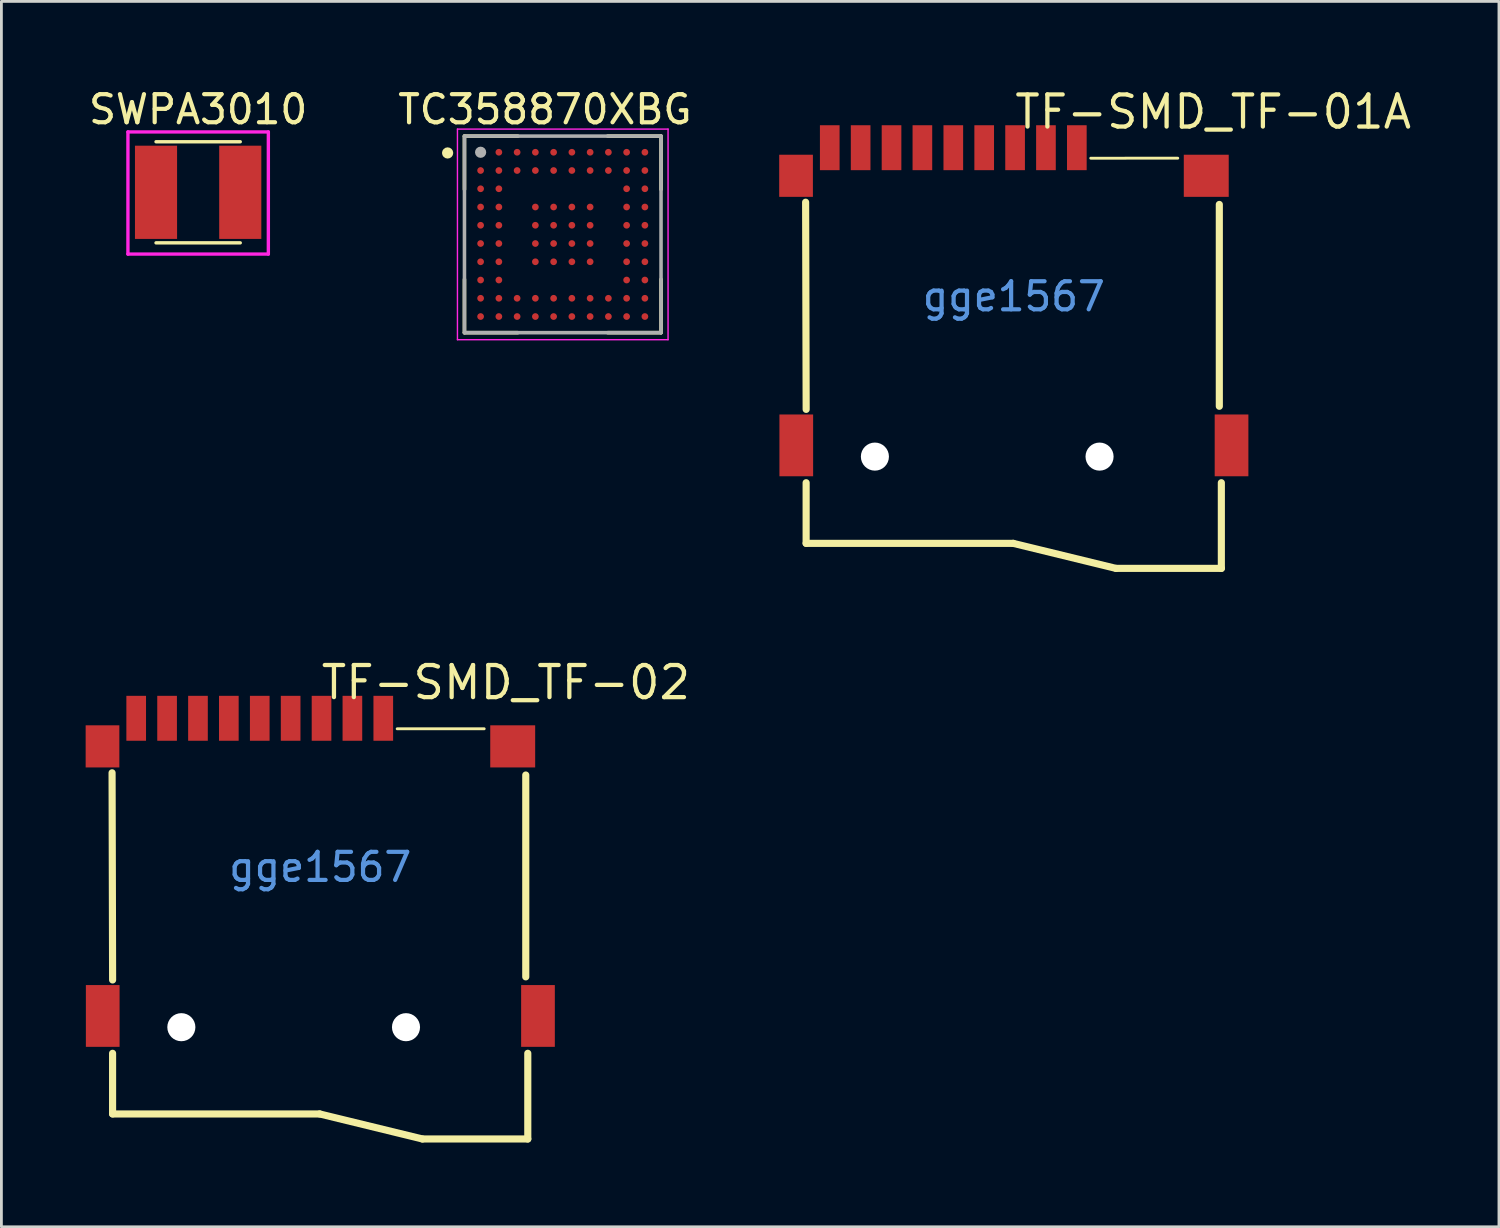
<source format=kicad_pcb>
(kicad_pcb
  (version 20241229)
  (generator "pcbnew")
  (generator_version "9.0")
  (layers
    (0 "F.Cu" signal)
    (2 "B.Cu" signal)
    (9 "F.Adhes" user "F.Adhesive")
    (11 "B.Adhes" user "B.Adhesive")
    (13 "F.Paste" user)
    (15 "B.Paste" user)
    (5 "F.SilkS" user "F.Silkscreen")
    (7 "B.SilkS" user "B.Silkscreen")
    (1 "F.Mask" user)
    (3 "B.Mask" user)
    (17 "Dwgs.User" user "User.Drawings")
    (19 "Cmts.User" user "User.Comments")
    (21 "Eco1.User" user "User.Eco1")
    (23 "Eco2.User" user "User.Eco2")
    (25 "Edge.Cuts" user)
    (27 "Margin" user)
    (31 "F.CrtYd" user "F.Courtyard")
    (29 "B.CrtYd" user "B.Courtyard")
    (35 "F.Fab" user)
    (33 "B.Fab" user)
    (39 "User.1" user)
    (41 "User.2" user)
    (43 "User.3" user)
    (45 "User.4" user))
  (footprint "SWPA3010"
    (layer "F.Cu")
    (at 4.006 3.798)
    (property "Reference" "SWPA3010" (at 0 -2.95 0) (layer "F.SilkS") (effects (font (size 1 1) (thickness 0.15))))
    (attr through_hole)
    (fp_line (start -1.5 -1.8) (end 1.5 -1.8) (stroke (width 0.12) (type solid)) (layer "F.SilkS"))
    (fp_line (start -1.5 1.8) (end 1.5 1.8) (stroke (width 0.12) (type solid)) (layer "F.SilkS"))
    (fp_line (start -2.5 -2.15) (end -2.5 2.2) (stroke (width 0.12) (type solid)) (layer "F.CrtYd"))
    (fp_line (start 2.5 -2.15) (end -2.5 -2.15) (stroke (width 0.12) (type solid)) (layer "F.CrtYd"))
    (fp_line (start 2.5 -2.15) (end 2.5 2.2) (stroke (width 0.12) (type solid)) (layer "F.CrtYd"))
    (fp_line (start 2.5 2.2) (end -2.5 2.2) (stroke (width 0.12) (type solid)) (layer "F.CrtYd"))
    (pad "1" smd rect (at -1.5 0) (size 1.5 3.32) (layers "F.Cu" "F.Mask" "F.Paste"))
    (pad "2" smd rect (at 1.5 0) (size 1.5 3.32) (layers "F.Cu" "F.Mask" "F.Paste")))
  (footprint "TF-SMD_TF-01A"
    (layer "F.Cu")
    (at 33.052 7.51)
    (property "Reference" "TF-SMD_TF-01A" (at -0.047 -6.575 0) (layer "F.SilkS") (effects (font (size 1.143 1.143) (thickness 0.152)) (justify left)))
    (attr smd)
    (fp_line (start -7.413 -3.359) (end -7.394 4.018) (stroke (width 0.254) (type solid)) (layer "F.SilkS"))
    (fp_line (start -7.395 6.63) (end -7.395 8.789) (stroke (width 0.254) (type solid)) (layer "F.SilkS"))
    (fp_line (start -7.395 8.789) (end -0.021 8.789) (stroke (width 0.254) (type solid)) (layer "F.SilkS"))
    (fp_line (start -0.021 8.789) (end 3.639 9.681) (stroke (width 0.254) (type solid)) (layer "F.SilkS"))
    (fp_line (start 2.74 -4.926) (end 5.839 -4.927) (stroke (width 0.102) (type solid)) (layer "F.SilkS"))
    (fp_line (start 3.639 9.681) (end 7.391 9.681) (stroke (width 0.254) (type solid)) (layer "F.SilkS"))
    (fp_line (start 7.319 3.908) (end 7.319 -3.28) (stroke (width 0.254) (type solid)) (layer "F.SilkS"))
    (fp_line (start 7.391 9.681) (end 7.391 6.63) (stroke (width 0.254) (type solid)) (layer "F.SilkS"))
    (fp_circle (center -4.946 5.7) (end -4.746 5.7) (stroke (width 0.4) (type solid)) (fill no) (layer "Cmts.User"))
    (fp_circle (center 3.054 5.7) (end 3.254 5.7) (stroke (width 0.4) (type solid)) (fill no) (layer "Cmts.User"))
    (fp_text user "gge1567" (at 0 0 0) (layer "Cmts.User") (effects (font (size 1 1) (thickness 0.15))))
    (pad "" np_thru_hole circle (at -4.946 5.7) (size 1 1) (drill 1) (layers "*.Cu" "*.Mask"))
    (pad "" np_thru_hole circle (at 3.054 5.7) (size 1 1) (drill 1) (layers "*.Cu" "*.Mask"))
    (pad "1" smd rect (at 2.245 -5.3) (size 0.7 1.6) (layers "F.Cu" "F.Mask" "F.Paste"))
    (pad "2" smd rect (at 1.145 -5.3) (size 0.7 1.6) (layers "F.Cu" "F.Mask" "F.Paste"))
    (pad "3" smd rect (at 0.046 -5.3) (size 0.7 1.6) (layers "F.Cu" "F.Mask" "F.Paste"))
    (pad "4" smd rect (at -1.054 -5.3) (size 0.7 1.6) (layers "F.Cu" "F.Mask" "F.Paste"))
    (pad "5" smd rect (at -2.154 -5.3) (size 0.7 1.6) (layers "F.Cu" "F.Mask" "F.Paste"))
    (pad "6" smd rect (at -3.255 -5.3) (size 0.7 1.6) (layers "F.Cu" "F.Mask" "F.Paste"))
    (pad "7" smd rect (at -4.354 -5.3) (size 0.7 1.6) (layers "F.Cu" "F.Mask" "F.Paste"))
    (pad "8" smd rect (at -5.454 -5.3) (size 0.7 1.6) (layers "F.Cu" "F.Mask" "F.Paste"))
    (pad "9" smd rect (at -6.554 -5.3) (size 0.7 1.6) (layers "F.Cu" "F.Mask" "F.Paste"))
    (pad "10" smd rect (at -7.754 -4.3) (size 1.2 1.5) (layers "F.Cu" "F.Mask" "F.Paste"))
    (pad "11" smd rect (at -7.746 5.3) (size 1.2 2.2) (layers "F.Cu" "F.Mask" "F.Paste"))
    (pad "12" smd rect (at 7.754 5.3) (size 1.2 2.2) (layers "F.Cu" "F.Mask" "F.Paste"))
    (pad "13" smd rect (at 6.854 -4.3) (size 1.6 1.5) (layers "F.Cu" "F.Mask" "F.Paste")))
  (footprint "TC358870XBG"
    (layer "F.Cu")
    (at 16.99 5.297)
    (property "Reference" "TC358870XBG" (at -0.635 -4.448 0) (layer "F.SilkS") (effects (font (size 1.001 1.001) (thickness 0.15))))
    (attr smd)
    (fp_line (start -3.5 -3.5) (end -3.5 -1.6) (stroke (width 0.127) (type solid)) (layer "F.SilkS"))
    (fp_line (start -3.5 1.6) (end -3.5 3.5) (stroke (width 0.127) (type solid)) (layer "F.SilkS"))
    (fp_line (start -3.5 3.5) (end -1.6 3.5) (stroke (width 0.127) (type solid)) (layer "F.SilkS"))
    (fp_line (start -1.6 -3.5) (end -3.5 -3.5) (stroke (width 0.127) (type solid)) (layer "F.SilkS"))
    (fp_line (start 1.6 -3.5) (end 3.5 -3.5) (stroke (width 0.127) (type solid)) (layer "F.SilkS"))
    (fp_line (start 1.6 3.5) (end 3.5 3.5) (stroke (width 0.127) (type solid)) (layer "F.SilkS"))
    (fp_line (start 3.5 -3.5) (end 3.5 -1.6) (stroke (width 0.127) (type solid)) (layer "F.SilkS"))
    (fp_line (start 3.5 3.5) (end 3.5 1.6) (stroke (width 0.127) (type solid)) (layer "F.SilkS"))
    (fp_circle (center -4.1 -2.9) (end -4 -2.9) (stroke (width 0.2) (type solid)) (fill no) (layer "F.SilkS"))
    (fp_line (start -3.75 -3.75) (end 3.75 -3.75) (stroke (width 0.05) (type solid)) (layer "F.CrtYd"))
    (fp_line (start -3.75 3.75) (end -3.75 -3.75) (stroke (width 0.05) (type solid)) (layer "F.CrtYd"))
    (fp_line (start 3.75 -3.75) (end 3.75 3.75) (stroke (width 0.05) (type solid)) (layer "F.CrtYd"))
    (fp_line (start 3.75 3.75) (end -3.75 3.75) (stroke (width 0.05) (type solid)) (layer "F.CrtYd"))
    (fp_line (start -3.5 -3.5) (end 3.5 -3.5) (stroke (width 0.127) (type solid)) (layer "F.Fab"))
    (fp_line (start -3.5 3.5) (end -3.5 -3.5) (stroke (width 0.127) (type solid)) (layer "F.Fab"))
    (fp_line (start 3.5 -3.5) (end 3.5 3.5) (stroke (width 0.127) (type solid)) (layer "F.Fab"))
    (fp_line (start 3.5 3.5) (end -3.5 3.5) (stroke (width 0.127) (type solid)) (layer "F.Fab"))
    (fp_circle (center -2.925 -2.925) (end -2.825 -2.925) (stroke (width 0.2) (type solid)) (fill no) (layer "F.Fab"))
    (pad "A1" smd circle (at -2.925 -2.925) (size 0.24 0.24) (layers "F.Cu" "F.Mask" "F.Paste"))
    (pad "A2" smd circle (at -2.275 -2.925) (size 0.24 0.24) (layers "F.Cu" "F.Mask" "F.Paste"))
    (pad "A3" smd circle (at -1.625 -2.925) (size 0.24 0.24) (layers "F.Cu" "F.Mask" "F.Paste"))
    (pad "A4" smd circle (at -0.975 -2.925) (size 0.24 0.24) (layers "F.Cu" "F.Mask" "F.Paste"))
    (pad "A5" smd circle (at -0.325 -2.925) (size 0.24 0.24) (layers "F.Cu" "F.Mask" "F.Paste"))
    (pad "A6" smd circle (at 0.325 -2.925) (size 0.24 0.24) (layers "F.Cu" "F.Mask" "F.Paste"))
    (pad "A7" smd circle (at 0.975 -2.925) (size 0.24 0.24) (layers "F.Cu" "F.Mask" "F.Paste"))
    (pad "A8" smd circle (at 1.625 -2.925) (size 0.24 0.24) (layers "F.Cu" "F.Mask" "F.Paste"))
    (pad "A9" smd circle (at 2.275 -2.925) (size 0.24 0.24) (layers "F.Cu" "F.Mask" "F.Paste"))
    (pad "A10" smd circle (at 2.925 -2.925) (size 0.24 0.24) (layers "F.Cu" "F.Mask" "F.Paste"))
    (pad "B1" smd circle (at -2.925 -2.275) (size 0.24 0.24) (layers "F.Cu" "F.Mask" "F.Paste"))
    (pad "B2" smd circle (at -2.275 -2.275) (size 0.24 0.24) (layers "F.Cu" "F.Mask" "F.Paste"))
    (pad "B3" smd circle (at -1.625 -2.275) (size 0.24 0.24) (layers "F.Cu" "F.Mask" "F.Paste"))
    (pad "B4" smd circle (at -0.975 -2.275) (size 0.24 0.24) (layers "F.Cu" "F.Mask" "F.Paste"))
    (pad "B5" smd circle (at -0.325 -2.275) (size 0.24 0.24) (layers "F.Cu" "F.Mask" "F.Paste"))
    (pad "B6" smd circle (at 0.325 -2.275) (size 0.24 0.24) (layers "F.Cu" "F.Mask" "F.Paste"))
    (pad "B7" smd circle (at 0.975 -2.275) (size 0.24 0.24) (layers "F.Cu" "F.Mask" "F.Paste"))
    (pad "B8" smd circle (at 1.625 -2.275) (size 0.24 0.24) (layers "F.Cu" "F.Mask" "F.Paste"))
    (pad "B9" smd circle (at 2.275 -2.275) (size 0.24 0.24) (layers "F.Cu" "F.Mask" "F.Paste"))
    (pad "B10" smd circle (at 2.925 -2.275) (size 0.24 0.24) (layers "F.Cu" "F.Mask" "F.Paste"))
    (pad "C1" smd circle (at -2.925 -1.625) (size 0.24 0.24) (layers "F.Cu" "F.Mask" "F.Paste"))
    (pad "C2" smd circle (at -2.275 -1.625) (size 0.24 0.24) (layers "F.Cu" "F.Mask" "F.Paste"))
    (pad "C9" smd circle (at 2.275 -1.625) (size 0.24 0.24) (layers "F.Cu" "F.Mask" "F.Paste"))
    (pad "C10" smd circle (at 2.925 -1.625) (size 0.24 0.24) (layers "F.Cu" "F.Mask" "F.Paste"))
    (pad "D1" smd circle (at -2.925 -0.975) (size 0.24 0.24) (layers "F.Cu" "F.Mask" "F.Paste"))
    (pad "D2" smd circle (at -2.275 -0.975) (size 0.24 0.24) (layers "F.Cu" "F.Mask" "F.Paste"))
    (pad "D4" smd circle (at -0.975 -0.975) (size 0.24 0.24) (layers "F.Cu" "F.Mask" "F.Paste"))
    (pad "D5" smd circle (at -0.325 -0.975) (size 0.24 0.24) (layers "F.Cu" "F.Mask" "F.Paste"))
    (pad "D6" smd circle (at 0.325 -0.975) (size 0.24 0.24) (layers "F.Cu" "F.Mask" "F.Paste"))
    (pad "D7" smd circle (at 0.975 -0.975) (size 0.24 0.24) (layers "F.Cu" "F.Mask" "F.Paste"))
    (pad "D9" smd circle (at 2.275 -0.975) (size 0.24 0.24) (layers "F.Cu" "F.Mask" "F.Paste"))
    (pad "D10" smd circle (at 2.925 -0.975) (size 0.24 0.24) (layers "F.Cu" "F.Mask" "F.Paste"))
    (pad "E1" smd circle (at -2.925 -0.325) (size 0.24 0.24) (layers "F.Cu" "F.Mask" "F.Paste"))
    (pad "E2" smd circle (at -2.275 -0.325) (size 0.24 0.24) (layers "F.Cu" "F.Mask" "F.Paste"))
    (pad "E4" smd circle (at -0.975 -0.325) (size 0.24 0.24) (layers "F.Cu" "F.Mask" "F.Paste"))
    (pad "E5" smd circle (at -0.325 -0.325) (size 0.24 0.24) (layers "F.Cu" "F.Mask" "F.Paste"))
    (pad "E6" smd circle (at 0.325 -0.325) (size 0.24 0.24) (layers "F.Cu" "F.Mask" "F.Paste"))
    (pad "E7" smd circle (at 0.975 -0.325) (size 0.24 0.24) (layers "F.Cu" "F.Mask" "F.Paste"))
    (pad "E9" smd circle (at 2.275 -0.325) (size 0.24 0.24) (layers "F.Cu" "F.Mask" "F.Paste"))
    (pad "E10" smd circle (at 2.925 -0.325) (size 0.24 0.24) (layers "F.Cu" "F.Mask" "F.Paste"))
    (pad "F1" smd circle (at -2.925 0.325) (size 0.24 0.24) (layers "F.Cu" "F.Mask" "F.Paste"))
    (pad "F2" smd circle (at -2.275 0.325) (size 0.24 0.24) (layers "F.Cu" "F.Mask" "F.Paste"))
    (pad "F4" smd circle (at -0.975 0.325) (size 0.24 0.24) (layers "F.Cu" "F.Mask" "F.Paste"))
    (pad "F5" smd circle (at -0.325 0.325) (size 0.24 0.24) (layers "F.Cu" "F.Mask" "F.Paste"))
    (pad "F6" smd circle (at 0.325 0.325) (size 0.24 0.24) (layers "F.Cu" "F.Mask" "F.Paste"))
    (pad "F7" smd circle (at 0.975 0.325) (size 0.24 0.24) (layers "F.Cu" "F.Mask" "F.Paste"))
    (pad "F9" smd circle (at 2.275 0.325) (size 0.24 0.24) (layers "F.Cu" "F.Mask" "F.Paste"))
    (pad "F10" smd circle (at 2.925 0.325) (size 0.24 0.24) (layers "F.Cu" "F.Mask" "F.Paste"))
    (pad "G1" smd circle (at -2.925 0.975) (size 0.24 0.24) (layers "F.Cu" "F.Mask" "F.Paste"))
    (pad "G2" smd circle (at -2.275 0.975) (size 0.24 0.24) (layers "F.Cu" "F.Mask" "F.Paste"))
    (pad "G4" smd circle (at -0.975 0.975) (size 0.24 0.24) (layers "F.Cu" "F.Mask" "F.Paste"))
    (pad "G5" smd circle (at -0.325 0.975) (size 0.24 0.24) (layers "F.Cu" "F.Mask" "F.Paste"))
    (pad "G6" smd circle (at 0.325 0.975) (size 0.24 0.24) (layers "F.Cu" "F.Mask" "F.Paste"))
    (pad "G7" smd circle (at 0.975 0.975) (size 0.24 0.24) (layers "F.Cu" "F.Mask" "F.Paste"))
    (pad "G9" smd circle (at 2.275 0.975) (size 0.24 0.24) (layers "F.Cu" "F.Mask" "F.Paste"))
    (pad "G10" smd circle (at 2.925 0.975) (size 0.24 0.24) (layers "F.Cu" "F.Mask" "F.Paste"))
    (pad "H1" smd circle (at -2.925 1.625) (size 0.24 0.24) (layers "F.Cu" "F.Mask" "F.Paste"))
    (pad "H2" smd circle (at -2.275 1.625) (size 0.24 0.24) (layers "F.Cu" "F.Mask" "F.Paste"))
    (pad "H9" smd circle (at 2.275 1.625) (size 0.24 0.24) (layers "F.Cu" "F.Mask" "F.Paste"))
    (pad "H10" smd circle (at 2.925 1.625) (size 0.24 0.24) (layers "F.Cu" "F.Mask" "F.Paste"))
    (pad "J1" smd circle (at -2.925 2.275) (size 0.24 0.24) (layers "F.Cu" "F.Mask" "F.Paste"))
    (pad "J2" smd circle (at -2.275 2.275) (size 0.24 0.24) (layers "F.Cu" "F.Mask" "F.Paste"))
    (pad "J3" smd circle (at -1.625 2.275) (size 0.24 0.24) (layers "F.Cu" "F.Mask" "F.Paste"))
    (pad "J4" smd circle (at -0.975 2.275) (size 0.24 0.24) (layers "F.Cu" "F.Mask" "F.Paste"))
    (pad "J5" smd circle (at -0.325 2.275) (size 0.24 0.24) (layers "F.Cu" "F.Mask" "F.Paste"))
    (pad "J6" smd circle (at 0.325 2.275) (size 0.24 0.24) (layers "F.Cu" "F.Mask" "F.Paste"))
    (pad "J7" smd circle (at 0.975 2.275) (size 0.24 0.24) (layers "F.Cu" "F.Mask" "F.Paste"))
    (pad "J8" smd circle (at 1.625 2.275) (size 0.24 0.24) (layers "F.Cu" "F.Mask" "F.Paste"))
    (pad "J9" smd circle (at 2.275 2.275) (size 0.24 0.24) (layers "F.Cu" "F.Mask" "F.Paste"))
    (pad "J10" smd circle (at 2.925 2.275) (size 0.24 0.24) (layers "F.Cu" "F.Mask" "F.Paste"))
    (pad "K1" smd circle (at -2.925 2.925) (size 0.24 0.24) (layers "F.Cu" "F.Mask" "F.Paste"))
    (pad "K2" smd circle (at -2.275 2.925) (size 0.24 0.24) (layers "F.Cu" "F.Mask" "F.Paste"))
    (pad "K3" smd circle (at -1.625 2.925) (size 0.24 0.24) (layers "F.Cu" "F.Mask" "F.Paste"))
    (pad "K4" smd circle (at -0.975 2.925) (size 0.24 0.24) (layers "F.Cu" "F.Mask" "F.Paste"))
    (pad "K5" smd circle (at -0.325 2.925) (size 0.24 0.24) (layers "F.Cu" "F.Mask" "F.Paste"))
    (pad "K6" smd circle (at 0.325 2.925) (size 0.24 0.24) (layers "F.Cu" "F.Mask" "F.Paste"))
    (pad "K7" smd circle (at 0.975 2.925) (size 0.24 0.24) (layers "F.Cu" "F.Mask" "F.Paste"))
    (pad "K8" smd circle (at 1.625 2.925) (size 0.24 0.24) (layers "F.Cu" "F.Mask" "F.Paste"))
    (pad "K9" smd circle (at 2.275 2.925) (size 0.24 0.24) (layers "F.Cu" "F.Mask" "F.Paste"))
    (pad "K10" smd circle (at 2.925 2.925) (size 0.24 0.24) (layers "F.Cu" "F.Mask" "F.Paste")))
  (footprint "TF-SMD_TF-02"
    (layer "F.Cu")
    (at 8.354 27.829)
    (property "Reference" "TF-SMD_TF-02" (at -0.047 -6.575 0) (layer "F.SilkS") (effects (font (size 1.143 1.143) (thickness 0.152)) (justify left)))
    (attr smd)
    (fp_line (start -7.413 -3.359) (end -7.394 4.018) (stroke (width 0.254) (type solid)) (layer "F.SilkS"))
    (fp_line (start -7.395 6.63) (end -7.395 8.789) (stroke (width 0.254) (type solid)) (layer "F.SilkS"))
    (fp_line (start -7.395 8.789) (end -0.021 8.789) (stroke (width 0.254) (type solid)) (layer "F.SilkS"))
    (fp_line (start -0.021 8.789) (end 3.639 9.681) (stroke (width 0.254) (type solid)) (layer "F.SilkS"))
    (fp_line (start 2.74 -4.926) (end 5.839 -4.927) (stroke (width 0.102) (type solid)) (layer "F.SilkS"))
    (fp_line (start 3.639 9.681) (end 7.391 9.681) (stroke (width 0.254) (type solid)) (layer "F.SilkS"))
    (fp_line (start 7.319 3.908) (end 7.319 -3.28) (stroke (width 0.254) (type solid)) (layer "F.SilkS"))
    (fp_line (start 7.391 9.681) (end 7.391 6.63) (stroke (width 0.254) (type solid)) (layer "F.SilkS"))
    (fp_circle (center -4.946 5.7) (end -4.746 5.7) (stroke (width 0.4) (type solid)) (fill no) (layer "Cmts.User"))
    (fp_circle (center 3.054 5.7) (end 3.254 5.7) (stroke (width 0.4) (type solid)) (fill no) (layer "Cmts.User"))
    (fp_text user "gge1567" (at 0 0 0) (layer "Cmts.User") (effects (font (size 1 1) (thickness 0.15))))
    (pad "" np_thru_hole circle (at -4.946 5.7) (size 1 1) (drill 1) (layers "*.Cu" "*.Mask"))
    (pad "" np_thru_hole circle (at 3.054 5.7) (size 1 1) (drill 1) (layers "*.Cu" "*.Mask"))
    (pad "1" smd rect (at 2.245 -5.3) (size 0.7 1.6) (layers "F.Cu" "F.Mask" "F.Paste"))
    (pad "2" smd rect (at 1.145 -5.3) (size 0.7 1.6) (layers "F.Cu" "F.Mask" "F.Paste"))
    (pad "3" smd rect (at 0.046 -5.3) (size 0.7 1.6) (layers "F.Cu" "F.Mask" "F.Paste"))
    (pad "4" smd rect (at -1.054 -5.3) (size 0.7 1.6) (layers "F.Cu" "F.Mask" "F.Paste"))
    (pad "5" smd rect (at -2.154 -5.3) (size 0.7 1.6) (layers "F.Cu" "F.Mask" "F.Paste"))
    (pad "6" smd rect (at -3.255 -5.3) (size 0.7 1.6) (layers "F.Cu" "F.Mask" "F.Paste"))
    (pad "7" smd rect (at -4.354 -5.3) (size 0.7 1.6) (layers "F.Cu" "F.Mask" "F.Paste"))
    (pad "8" smd rect (at -5.454 -5.3) (size 0.7 1.6) (layers "F.Cu" "F.Mask" "F.Paste"))
    (pad "9" smd rect (at -6.554 -5.3) (size 0.7 1.6) (layers "F.Cu" "F.Mask" "F.Paste"))
    (pad "10" smd rect (at -7.754 -4.3) (size 1.2 1.5) (layers "F.Cu" "F.Mask" "F.Paste"))
    (pad "11" smd rect (at -7.746 5.3) (size 1.2 2.2) (layers "F.Cu" "F.Mask" "F.Paste"))
    (pad "12" smd rect (at 7.754 5.3) (size 1.2 2.2) (layers "F.Cu" "F.Mask" "F.Paste"))
    (pad "13" smd rect (at 6.854 -4.3) (size 1.6 1.5) (layers "F.Cu" "F.Mask" "F.Paste")))
  (gr_rect
    (start -3 -3)
    (end 50.329 40.637)
    (stroke (width 0.1) (type default))
    (fill no)
    (layer "Edge.Cuts")))
</source>
